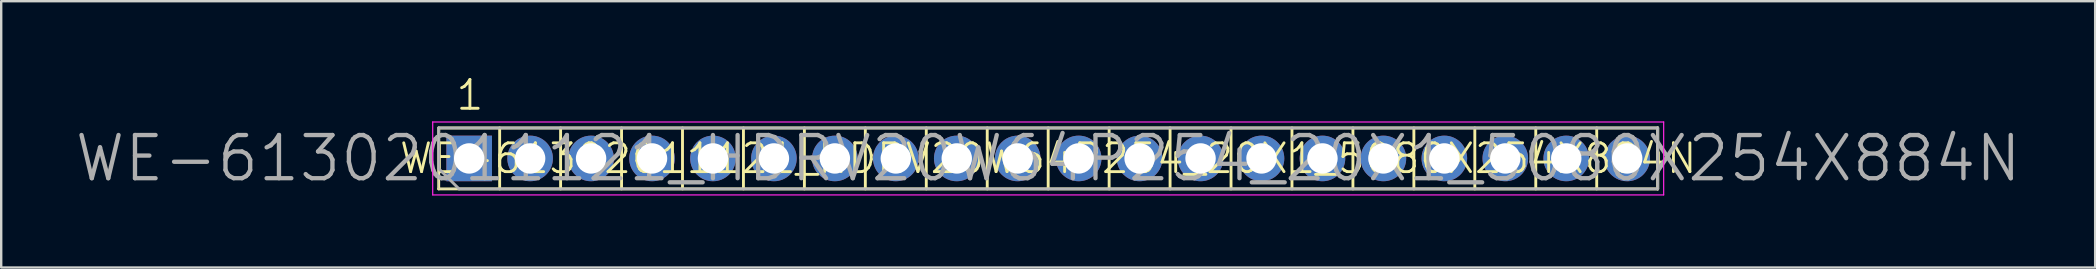
<source format=kicad_pcb>
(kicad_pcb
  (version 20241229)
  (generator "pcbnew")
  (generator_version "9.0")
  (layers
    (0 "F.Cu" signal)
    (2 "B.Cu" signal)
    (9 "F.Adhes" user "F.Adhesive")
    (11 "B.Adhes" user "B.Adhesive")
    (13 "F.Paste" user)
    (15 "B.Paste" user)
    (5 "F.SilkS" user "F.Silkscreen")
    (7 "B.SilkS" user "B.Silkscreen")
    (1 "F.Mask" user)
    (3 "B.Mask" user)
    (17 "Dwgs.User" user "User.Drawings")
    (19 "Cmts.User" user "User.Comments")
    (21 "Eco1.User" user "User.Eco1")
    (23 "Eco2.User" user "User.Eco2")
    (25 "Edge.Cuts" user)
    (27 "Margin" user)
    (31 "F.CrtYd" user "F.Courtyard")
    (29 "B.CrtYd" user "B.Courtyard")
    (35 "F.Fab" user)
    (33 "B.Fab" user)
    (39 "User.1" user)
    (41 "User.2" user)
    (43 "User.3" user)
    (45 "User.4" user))
  (footprint "WE-61302011121_HDRV20W64P254_20X1_5080X254X884N"
    (layer "F.Cu")
    (at 16.503 3.553)
    (property "Reference" "WE-61302011121_HDRV20W64P254_20X1_5080X254X884N" (at 24.13 0 0) (layer "F.SilkS") (effects (font (size 1.2 1.2) (thickness 0.12))))
    (attr through_hole)
    (fp_line (start -1.27 -1.27) (end 49.53 -1.27) (stroke (width 0.12) (type solid)) (layer "F.SilkS"))
    (fp_line (start -1.27 1.27) (end -1.27 -1.27) (stroke (width 0.12) (type solid)) (layer "F.SilkS"))
    (fp_line (start 1.27 -1.27) (end 1.27 1.27) (stroke (width 0.12) (type solid)) (layer "F.SilkS"))
    (fp_line (start 3.81 -1.27) (end 3.81 1.27) (stroke (width 0.12) (type solid)) (layer "F.SilkS"))
    (fp_line (start 6.35 -1.27) (end 6.35 1.27) (stroke (width 0.12) (type solid)) (layer "F.SilkS"))
    (fp_line (start 8.89 -1.27) (end 8.89 1.27) (stroke (width 0.12) (type solid)) (layer "F.SilkS"))
    (fp_line (start 11.43 -1.27) (end 11.43 1.27) (stroke (width 0.12) (type solid)) (layer "F.SilkS"))
    (fp_line (start 13.97 -1.27) (end 13.97 1.27) (stroke (width 0.12) (type solid)) (layer "F.SilkS"))
    (fp_line (start 16.51 -1.27) (end 16.51 1.27) (stroke (width 0.12) (type solid)) (layer "F.SilkS"))
    (fp_line (start 19.05 -1.27) (end 19.05 1.27) (stroke (width 0.12) (type solid)) (layer "F.SilkS"))
    (fp_line (start 21.59 -1.27) (end 21.59 1.27) (stroke (width 0.12) (type solid)) (layer "F.SilkS"))
    (fp_line (start 24.13 -1.27) (end 24.13 1.27) (stroke (width 0.12) (type solid)) (layer "F.SilkS"))
    (fp_line (start 26.67 -1.27) (end 26.67 1.27) (stroke (width 0.12) (type solid)) (layer "F.SilkS"))
    (fp_line (start 29.21 -1.27) (end 29.21 1.27) (stroke (width 0.12) (type solid)) (layer "F.SilkS"))
    (fp_line (start 31.75 -1.27) (end 31.75 1.27) (stroke (width 0.12) (type solid)) (layer "F.SilkS"))
    (fp_line (start 34.29 -1.27) (end 34.29 1.27) (stroke (width 0.12) (type solid)) (layer "F.SilkS"))
    (fp_line (start 36.83 -1.27) (end 36.83 1.27) (stroke (width 0.12) (type solid)) (layer "F.SilkS"))
    (fp_line (start 39.37 -1.27) (end 39.37 1.27) (stroke (width 0.12) (type solid)) (layer "F.SilkS"))
    (fp_line (start 41.91 -1.27) (end 41.91 1.27) (stroke (width 0.12) (type solid)) (layer "F.SilkS"))
    (fp_line (start 44.45 -1.27) (end 44.45 1.27) (stroke (width 0.12) (type solid)) (layer "F.SilkS"))
    (fp_line (start 46.99 -1.27) (end 46.99 1.27) (stroke (width 0.12) (type solid)) (layer "F.SilkS"))
    (fp_line (start 49.53 -1.27) (end 49.53 1.27) (stroke (width 0.12) (type solid)) (layer "F.SilkS"))
    (fp_line (start 49.53 -1.27) (end 49.53 1.27) (stroke (width 0.12) (type solid)) (layer "F.SilkS"))
    (fp_line (start 49.53 1.27) (end -1.27 1.27) (stroke (width 0.12) (type solid)) (layer "F.SilkS"))
    (fp_line (start -1.27 -1.27) (end 49.53 -1.27) (stroke (width 0.025) (type solid)) (layer "Dwgs.User"))
    (fp_line (start -1.27 1.27) (end -1.27 -1.27) (stroke (width 0.025) (type solid)) (layer "Dwgs.User"))
    (fp_line (start -0.395 -0.395) (end 0.395 -0.395) (stroke (width 0.025) (type solid)) (layer "Dwgs.User"))
    (fp_line (start -0.395 0.395) (end -0.395 -0.395) (stroke (width 0.025) (type solid)) (layer "Dwgs.User"))
    (fp_line (start 0.395 -0.395) (end 0.395 0.395) (stroke (width 0.025) (type solid)) (layer "Dwgs.User"))
    (fp_line (start 0.395 0.395) (end -0.395 0.395) (stroke (width 0.025) (type solid)) (layer "Dwgs.User"))
    (fp_line (start 2.145 -0.395) (end 2.935 -0.395) (stroke (width 0.025) (type solid)) (layer "Dwgs.User"))
    (fp_line (start 2.145 0.395) (end 2.145 -0.395) (stroke (width 0.025) (type solid)) (layer "Dwgs.User"))
    (fp_line (start 2.935 -0.395) (end 2.935 0.395) (stroke (width 0.025) (type solid)) (layer "Dwgs.User"))
    (fp_line (start 2.935 0.395) (end 2.145 0.395) (stroke (width 0.025) (type solid)) (layer "Dwgs.User"))
    (fp_line (start 4.685 -0.395) (end 5.475 -0.395) (stroke (width 0.025) (type solid)) (layer "Dwgs.User"))
    (fp_line (start 4.685 0.395) (end 4.685 -0.395) (stroke (width 0.025) (type solid)) (layer "Dwgs.User"))
    (fp_line (start 5.475 -0.395) (end 5.475 0.395) (stroke (width 0.025) (type solid)) (layer "Dwgs.User"))
    (fp_line (start 5.475 0.395) (end 4.685 0.395) (stroke (width 0.025) (type solid)) (layer "Dwgs.User"))
    (fp_line (start 7.225 -0.395) (end 8.015 -0.395) (stroke (width 0.025) (type solid)) (layer "Dwgs.User"))
    (fp_line (start 7.225 0.395) (end 7.225 -0.395) (stroke (width 0.025) (type solid)) (layer "Dwgs.User"))
    (fp_line (start 8.015 -0.395) (end 8.015 0.395) (stroke (width 0.025) (type solid)) (layer "Dwgs.User"))
    (fp_line (start 8.015 0.395) (end 7.225 0.395) (stroke (width 0.025) (type solid)) (layer "Dwgs.User"))
    (fp_line (start 9.765 -0.395) (end 10.555 -0.395) (stroke (width 0.025) (type solid)) (layer "Dwgs.User"))
    (fp_line (start 9.765 0.395) (end 9.765 -0.395) (stroke (width 0.025) (type solid)) (layer "Dwgs.User"))
    (fp_line (start 10.555 -0.395) (end 10.555 0.395) (stroke (width 0.025) (type solid)) (layer "Dwgs.User"))
    (fp_line (start 10.555 0.395) (end 9.765 0.395) (stroke (width 0.025) (type solid)) (layer "Dwgs.User"))
    (fp_line (start 12.305 -0.395) (end 13.095 -0.395) (stroke (width 0.025) (type solid)) (layer "Dwgs.User"))
    (fp_line (start 12.305 0.395) (end 12.305 -0.395) (stroke (width 0.025) (type solid)) (layer "Dwgs.User"))
    (fp_line (start 13.095 -0.395) (end 13.095 0.395) (stroke (width 0.025) (type solid)) (layer "Dwgs.User"))
    (fp_line (start 13.095 0.395) (end 12.305 0.395) (stroke (width 0.025) (type solid)) (layer "Dwgs.User"))
    (fp_line (start 14.845 -0.395) (end 15.635 -0.395) (stroke (width 0.025) (type solid)) (layer "Dwgs.User"))
    (fp_line (start 14.845 0.395) (end 14.845 -0.395) (stroke (width 0.025) (type solid)) (layer "Dwgs.User"))
    (fp_line (start 15.635 -0.395) (end 15.635 0.395) (stroke (width 0.025) (type solid)) (layer "Dwgs.User"))
    (fp_line (start 15.635 0.395) (end 14.845 0.395) (stroke (width 0.025) (type solid)) (layer "Dwgs.User"))
    (fp_line (start 17.385 -0.395) (end 18.175 -0.395) (stroke (width 0.025) (type solid)) (layer "Dwgs.User"))
    (fp_line (start 17.385 0.395) (end 17.385 -0.395) (stroke (width 0.025) (type solid)) (layer "Dwgs.User"))
    (fp_line (start 18.175 -0.395) (end 18.175 0.395) (stroke (width 0.025) (type solid)) (layer "Dwgs.User"))
    (fp_line (start 18.175 0.395) (end 17.385 0.395) (stroke (width 0.025) (type solid)) (layer "Dwgs.User"))
    (fp_line (start 19.925 -0.395) (end 20.715 -0.395) (stroke (width 0.025) (type solid)) (layer "Dwgs.User"))
    (fp_line (start 19.925 0.395) (end 19.925 -0.395) (stroke (width 0.025) (type solid)) (layer "Dwgs.User"))
    (fp_line (start 20.715 -0.395) (end 20.715 0.395) (stroke (width 0.025) (type solid)) (layer "Dwgs.User"))
    (fp_line (start 20.715 0.395) (end 19.925 0.395) (stroke (width 0.025) (type solid)) (layer "Dwgs.User"))
    (fp_line (start 22.465 -0.395) (end 23.255 -0.395) (stroke (width 0.025) (type solid)) (layer "Dwgs.User"))
    (fp_line (start 22.465 0.395) (end 22.465 -0.395) (stroke (width 0.025) (type solid)) (layer "Dwgs.User"))
    (fp_line (start 23.255 -0.395) (end 23.255 0.395) (stroke (width 0.025) (type solid)) (layer "Dwgs.User"))
    (fp_line (start 23.255 0.395) (end 22.465 0.395) (stroke (width 0.025) (type solid)) (layer "Dwgs.User"))
    (fp_line (start 25.005 -0.395) (end 25.795 -0.395) (stroke (width 0.025) (type solid)) (layer "Dwgs.User"))
    (fp_line (start 25.005 0.395) (end 25.005 -0.395) (stroke (width 0.025) (type solid)) (layer "Dwgs.User"))
    (fp_line (start 25.795 -0.395) (end 25.795 0.395) (stroke (width 0.025) (type solid)) (layer "Dwgs.User"))
    (fp_line (start 25.795 0.395) (end 25.005 0.395) (stroke (width 0.025) (type solid)) (layer "Dwgs.User"))
    (fp_line (start 27.545 -0.395) (end 28.335 -0.395) (stroke (width 0.025) (type solid)) (layer "Dwgs.User"))
    (fp_line (start 27.545 0.395) (end 27.545 -0.395) (stroke (width 0.025) (type solid)) (layer "Dwgs.User"))
    (fp_line (start 28.335 -0.395) (end 28.335 0.395) (stroke (width 0.025) (type solid)) (layer "Dwgs.User"))
    (fp_line (start 28.335 0.395) (end 27.545 0.395) (stroke (width 0.025) (type solid)) (layer "Dwgs.User"))
    (fp_line (start 30.085 -0.395) (end 30.875 -0.395) (stroke (width 0.025) (type solid)) (layer "Dwgs.User"))
    (fp_line (start 30.085 0.395) (end 30.085 -0.395) (stroke (width 0.025) (type solid)) (layer "Dwgs.User"))
    (fp_line (start 30.875 -0.395) (end 30.875 0.395) (stroke (width 0.025) (type solid)) (layer "Dwgs.User"))
    (fp_line (start 30.875 0.395) (end 30.085 0.395) (stroke (width 0.025) (type solid)) (layer "Dwgs.User"))
    (fp_line (start 32.625 -0.395) (end 33.415 -0.395) (stroke (width 0.025) (type solid)) (layer "Dwgs.User"))
    (fp_line (start 32.625 0.395) (end 32.625 -0.395) (stroke (width 0.025) (type solid)) (layer "Dwgs.User"))
    (fp_line (start 33.415 -0.395) (end 33.415 0.395) (stroke (width 0.025) (type solid)) (layer "Dwgs.User"))
    (fp_line (start 33.415 0.395) (end 32.625 0.395) (stroke (width 0.025) (type solid)) (layer "Dwgs.User"))
    (fp_line (start 35.165 -0.395) (end 35.955 -0.395) (stroke (width 0.025) (type solid)) (layer "Dwgs.User"))
    (fp_line (start 35.165 0.395) (end 35.165 -0.395) (stroke (width 0.025) (type solid)) (layer "Dwgs.User"))
    (fp_line (start 35.955 -0.395) (end 35.955 0.395) (stroke (width 0.025) (type solid)) (layer "Dwgs.User"))
    (fp_line (start 35.955 0.395) (end 35.165 0.395) (stroke (width 0.025) (type solid)) (layer "Dwgs.User"))
    (fp_line (start 37.705 -0.395) (end 38.495 -0.395) (stroke (width 0.025) (type solid)) (layer "Dwgs.User"))
    (fp_line (start 37.705 0.395) (end 37.705 -0.395) (stroke (width 0.025) (type solid)) (layer "Dwgs.User"))
    (fp_line (start 38.495 -0.395) (end 38.495 0.395) (stroke (width 0.025) (type solid)) (layer "Dwgs.User"))
    (fp_line (start 38.495 0.395) (end 37.705 0.395) (stroke (width 0.025) (type solid)) (layer "Dwgs.User"))
    (fp_line (start 40.245 -0.395) (end 41.035 -0.395) (stroke (width 0.025) (type solid)) (layer "Dwgs.User"))
    (fp_line (start 40.245 0.395) (end 40.245 -0.395) (stroke (width 0.025) (type solid)) (layer "Dwgs.User"))
    (fp_line (start 41.035 -0.395) (end 41.035 0.395) (stroke (width 0.025) (type solid)) (layer "Dwgs.User"))
    (fp_line (start 41.035 0.395) (end 40.245 0.395) (stroke (width 0.025) (type solid)) (layer "Dwgs.User"))
    (fp_line (start 42.785 -0.395) (end 43.575 -0.395) (stroke (width 0.025) (type solid)) (layer "Dwgs.User"))
    (fp_line (start 42.785 0.395) (end 42.785 -0.395) (stroke (width 0.025) (type solid)) (layer "Dwgs.User"))
    (fp_line (start 43.575 -0.395) (end 43.575 0.395) (stroke (width 0.025) (type solid)) (layer "Dwgs.User"))
    (fp_line (start 43.575 0.395) (end 42.785 0.395) (stroke (width 0.025) (type solid)) (layer "Dwgs.User"))
    (fp_line (start 45.325 -0.395) (end 46.115 -0.395) (stroke (width 0.025) (type solid)) (layer "Dwgs.User"))
    (fp_line (start 45.325 0.395) (end 45.325 -0.395) (stroke (width 0.025) (type solid)) (layer "Dwgs.User"))
    (fp_line (start 46.115 -0.395) (end 46.115 0.395) (stroke (width 0.025) (type solid)) (layer "Dwgs.User"))
    (fp_line (start 46.115 0.395) (end 45.325 0.395) (stroke (width 0.025) (type solid)) (layer "Dwgs.User"))
    (fp_line (start 47.865 -0.395) (end 48.655 -0.395) (stroke (width 0.025) (type solid)) (layer "Dwgs.User"))
    (fp_line (start 47.865 0.395) (end 47.865 -0.395) (stroke (width 0.025) (type solid)) (layer "Dwgs.User"))
    (fp_line (start 48.655 -0.395) (end 48.655 0.395) (stroke (width 0.025) (type solid)) (layer "Dwgs.User"))
    (fp_line (start 48.655 0.395) (end 47.865 0.395) (stroke (width 0.025) (type solid)) (layer "Dwgs.User"))
    (fp_line (start 49.53 -1.27) (end 49.53 1.27) (stroke (width 0.025) (type solid)) (layer "Dwgs.User"))
    (fp_line (start 49.53 1.27) (end -1.27 1.27) (stroke (width 0.025) (type solid)) (layer "Dwgs.User"))
    (fp_line (start -1.52 -1.52) (end 49.78 -1.52) (stroke (width 0.05) (type solid)) (layer "F.CrtYd"))
    (fp_line (start -1.52 1.52) (end -1.52 -1.52) (stroke (width 0.05) (type solid)) (layer "F.CrtYd"))
    (fp_line (start 0 -0.35) (end 0 0.35) (stroke (width 0.05) (type solid)) (layer "F.CrtYd"))
    (fp_line (start 0.35 0) (end -0.35 0) (stroke (width 0.05) (type solid)) (layer "F.CrtYd"))
    (fp_line (start 49.78 -1.52) (end 49.78 1.52) (stroke (width 0.05) (type solid)) (layer "F.CrtYd"))
    (fp_line (start 49.78 1.52) (end -1.52 1.52) (stroke (width 0.05) (type solid)) (layer "F.CrtYd"))
    (fp_circle (center 0 0) (end 0 0.25) (stroke (width 0.05) (type solid)) (fill no) (layer "F.CrtYd"))
    (fp_line (start -1.27 -1.27) (end -1.27 0.423) (stroke (width 0.12) (type solid)) (layer "F.Fab"))
    (fp_line (start -1.27 0.423) (end -0.423 1.27) (stroke (width 0.12) (type solid)) (layer "F.Fab"))
    (fp_line (start -0.423 1.27) (end 49.53 1.27) (stroke (width 0.12) (type solid)) (layer "F.Fab"))
    (fp_line (start 49.53 -1.27) (end -1.27 -1.27) (stroke (width 0.12) (type solid)) (layer "F.Fab"))
    (fp_line (start 49.53 1.27) (end 49.53 -1.27) (stroke (width 0.12) (type solid)) (layer "F.Fab"))
    (fp_text user "1" (at 0.03 -2.64 0) (layer "F.SilkS") (effects (font (size 1.2 1.2) (thickness 0.12))))
    (fp_text user "${REFERENCE}" (at 24.13 0 0) (layer "F.Fab") (effects (font (size 1.8 1.8) (thickness 0.18))))
    (pad "1" thru_hole rect (at 0 0) (size 1.9 1.9) (drill 1.267) (layers "*.Cu" "*.Mask"))
    (pad "2" thru_hole circle (at 2.54 0) (size 1.9 1.9) (drill 1.267) (layers "*.Cu" "*.Mask"))
    (pad "3" thru_hole circle (at 5.08 0) (size 1.9 1.9) (drill 1.267) (layers "*.Cu" "*.Mask"))
    (pad "4" thru_hole circle (at 7.62 0) (size 1.9 1.9) (drill 1.267) (layers "*.Cu" "*.Mask"))
    (pad "5" thru_hole circle (at 10.16 0) (size 1.9 1.9) (drill 1.267) (layers "*.Cu" "*.Mask"))
    (pad "6" thru_hole circle (at 12.7 0) (size 1.9 1.9) (drill 1.267) (layers "*.Cu" "*.Mask"))
    (pad "7" thru_hole circle (at 15.24 0) (size 1.9 1.9) (drill 1.267) (layers "*.Cu" "*.Mask"))
    (pad "8" thru_hole circle (at 17.78 0) (size 1.9 1.9) (drill 1.267) (layers "*.Cu" "*.Mask"))
    (pad "9" thru_hole circle (at 20.32 0) (size 1.9 1.9) (drill 1.267) (layers "*.Cu" "*.Mask"))
    (pad "10" thru_hole circle (at 22.86 0) (size 1.9 1.9) (drill 1.267) (layers "*.Cu" "*.Mask"))
    (pad "11" thru_hole circle (at 25.4 0) (size 1.9 1.9) (drill 1.267) (layers "*.Cu" "*.Mask"))
    (pad "12" thru_hole circle (at 27.94 0) (size 1.9 1.9) (drill 1.267) (layers "*.Cu" "*.Mask"))
    (pad "13" thru_hole circle (at 30.48 0) (size 1.9 1.9) (drill 1.267) (layers "*.Cu" "*.Mask"))
    (pad "14" thru_hole circle (at 33.02 0) (size 1.9 1.9) (drill 1.267) (layers "*.Cu" "*.Mask"))
    (pad "15" thru_hole circle (at 35.56 0) (size 1.9 1.9) (drill 1.267) (layers "*.Cu" "*.Mask"))
    (pad "16" thru_hole circle (at 38.1 0) (size 1.9 1.9) (drill 1.267) (layers "*.Cu" "*.Mask"))
    (pad "17" thru_hole circle (at 40.64 0) (size 1.9 1.9) (drill 1.267) (layers "*.Cu" "*.Mask"))
    (pad "18" thru_hole circle (at 43.18 0) (size 1.9 1.9) (drill 1.267) (layers "*.Cu" "*.Mask"))
    (pad "19" thru_hole circle (at 45.72 0) (size 1.9 1.9) (drill 1.267) (layers "*.Cu" "*.Mask"))
    (pad "20" thru_hole circle (at 48.26 0) (size 1.9 1.9) (drill 1.267) (layers "*.Cu" "*.Mask")))
  (gr_rect
    (start -3 -3)
    (end 84.266 8.098)
    (stroke (width 0.1) (type default))
    (fill no)
    (layer "Edge.Cuts")))
</source>
